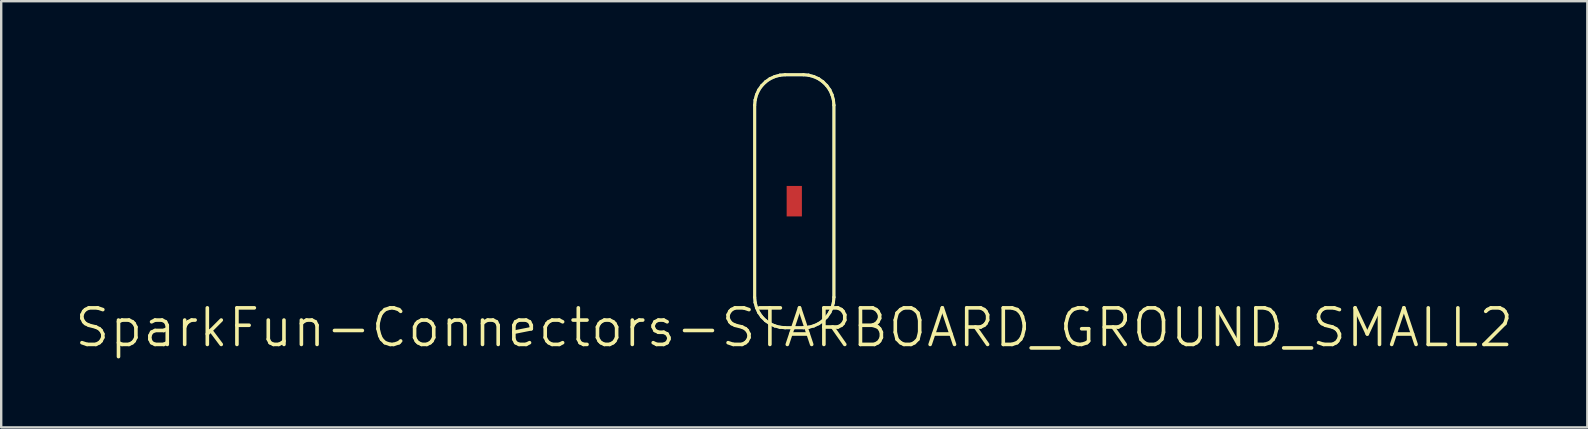
<source format=kicad_pcb>
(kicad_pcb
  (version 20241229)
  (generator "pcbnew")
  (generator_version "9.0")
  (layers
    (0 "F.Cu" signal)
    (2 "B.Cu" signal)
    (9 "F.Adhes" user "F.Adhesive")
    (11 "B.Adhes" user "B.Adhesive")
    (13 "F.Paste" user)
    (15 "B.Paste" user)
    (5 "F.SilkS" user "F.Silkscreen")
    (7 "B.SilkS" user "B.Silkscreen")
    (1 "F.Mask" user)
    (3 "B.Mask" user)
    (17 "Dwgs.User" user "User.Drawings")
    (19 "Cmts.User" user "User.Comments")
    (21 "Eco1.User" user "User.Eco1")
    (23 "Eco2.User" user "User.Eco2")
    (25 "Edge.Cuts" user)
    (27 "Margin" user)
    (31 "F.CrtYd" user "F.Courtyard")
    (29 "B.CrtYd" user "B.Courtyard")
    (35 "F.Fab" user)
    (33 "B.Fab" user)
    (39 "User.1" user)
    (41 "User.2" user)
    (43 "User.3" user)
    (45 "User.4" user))
  (footprint "SparkFun-Connectors-STARBOARD_GROUND_SMALL2"
    (layer "F.Cu")
    (at 30.045 10.604)
    (property "Reference" "SparkFun-Connectors-STARBOARD_GROUND_SMALL2" (at 0 0 0) (layer "F.SilkS") (effects (font (size 1.524 1.524) (thickness 0.15))))
    (attr smd)
    (fp_line (start -1.651 -9.271) (end -1.631 -9.489) (stroke (width 0.127) (type solid)) (layer "B.Cu"))
    (fp_line (start -1.651 -1.27) (end -1.651 -9.271) (stroke (width 0.127) (type solid)) (layer "B.Cu"))
    (fp_line (start -1.631 -9.489) (end -1.572 -9.705) (stroke (width 0.127) (type solid)) (layer "B.Cu"))
    (fp_line (start -1.631 -1.049) (end -1.651 -1.27) (stroke (width 0.127) (type solid)) (layer "B.Cu"))
    (fp_line (start -1.572 -9.705) (end -1.481 -9.906) (stroke (width 0.127) (type solid)) (layer "B.Cu"))
    (fp_line (start -1.572 -0.833) (end -1.631 -1.049) (stroke (width 0.127) (type solid)) (layer "B.Cu"))
    (fp_line (start -1.481 -9.906) (end -1.354 -10.086) (stroke (width 0.127) (type solid)) (layer "B.Cu"))
    (fp_line (start -1.481 -0.635) (end -1.572 -0.833) (stroke (width 0.127) (type solid)) (layer "B.Cu"))
    (fp_line (start -1.354 -10.086) (end -1.196 -10.244) (stroke (width 0.127) (type solid)) (layer "B.Cu"))
    (fp_line (start -1.354 -0.452) (end -1.481 -0.635) (stroke (width 0.127) (type solid)) (layer "B.Cu"))
    (fp_line (start -1.196 -10.244) (end -1.016 -10.371) (stroke (width 0.127) (type solid)) (layer "B.Cu"))
    (fp_line (start -1.196 -0.295) (end -1.354 -0.452) (stroke (width 0.127) (type solid)) (layer "B.Cu"))
    (fp_line (start -1.016 -10.371) (end -0.815 -10.462) (stroke (width 0.127) (type solid)) (layer "B.Cu"))
    (fp_line (start -1.016 -0.168) (end -1.196 -0.295) (stroke (width 0.127) (type solid)) (layer "B.Cu"))
    (fp_line (start -0.815 -10.462) (end -0.599 -10.521) (stroke (width 0.127) (type solid)) (layer "B.Cu"))
    (fp_line (start -0.815 -0.076) (end -1.016 -0.168) (stroke (width 0.127) (type solid)) (layer "B.Cu"))
    (fp_line (start -0.599 -10.521) (end -0.381 -10.541) (stroke (width 0.127) (type solid)) (layer "B.Cu"))
    (fp_line (start -0.599 -0.018) (end -0.815 -0.076) (stroke (width 0.127) (type solid)) (layer "B.Cu"))
    (fp_line (start -0.381 -10.541) (end 0.381 -10.541) (stroke (width 0.127) (type solid)) (layer "B.Cu"))
    (fp_line (start -0.381 0) (end -0.599 -0.018) (stroke (width 0.127) (type solid)) (layer "B.Cu"))
    (fp_line (start 0 0) (end -0.381 0) (stroke (width 0.127) (type solid)) (layer "B.Cu"))
    (fp_line (start 0.381 -10.541) (end 0.599 -10.521) (stroke (width 0.127) (type solid)) (layer "B.Cu"))
    (fp_line (start 0.381 0) (end 0 0) (stroke (width 0.127) (type solid)) (layer "B.Cu"))
    (fp_line (start 0.599 -10.521) (end 0.815 -10.462) (stroke (width 0.127) (type solid)) (layer "B.Cu"))
    (fp_line (start 0.599 -0.018) (end 0.381 0) (stroke (width 0.127) (type solid)) (layer "B.Cu"))
    (fp_line (start 0.815 -10.462) (end 1.016 -10.371) (stroke (width 0.127) (type solid)) (layer "B.Cu"))
    (fp_line (start 0.815 -0.076) (end 0.599 -0.018) (stroke (width 0.127) (type solid)) (layer "B.Cu"))
    (fp_line (start 1.016 -10.371) (end 1.196 -10.244) (stroke (width 0.127) (type solid)) (layer "B.Cu"))
    (fp_line (start 1.016 -0.168) (end 0.815 -0.076) (stroke (width 0.127) (type solid)) (layer "B.Cu"))
    (fp_line (start 1.196 -10.244) (end 1.354 -10.086) (stroke (width 0.127) (type solid)) (layer "B.Cu"))
    (fp_line (start 1.196 -0.295) (end 1.016 -0.168) (stroke (width 0.127) (type solid)) (layer "B.Cu"))
    (fp_line (start 1.354 -10.086) (end 1.481 -9.906) (stroke (width 0.127) (type solid)) (layer "B.Cu"))
    (fp_line (start 1.354 -0.452) (end 1.196 -0.295) (stroke (width 0.127) (type solid)) (layer "B.Cu"))
    (fp_line (start 1.481 -9.906) (end 1.572 -9.705) (stroke (width 0.127) (type solid)) (layer "B.Cu"))
    (fp_line (start 1.481 -0.635) (end 1.354 -0.452) (stroke (width 0.127) (type solid)) (layer "B.Cu"))
    (fp_line (start 1.572 -9.705) (end 1.631 -9.489) (stroke (width 0.127) (type solid)) (layer "B.Cu"))
    (fp_line (start 1.572 -0.833) (end 1.481 -0.635) (stroke (width 0.127) (type solid)) (layer "B.Cu"))
    (fp_line (start 1.631 -9.489) (end 1.651 -9.271) (stroke (width 0.127) (type solid)) (layer "B.Cu"))
    (fp_line (start 1.631 -1.049) (end 1.572 -0.833) (stroke (width 0.127) (type solid)) (layer "B.Cu"))
    (fp_line (start 1.651 -9.271) (end 1.651 -1.27) (stroke (width 0.127) (type solid)) (layer "B.Cu"))
    (fp_line (start 1.651 -1.27) (end 1.631 -1.049) (stroke (width 0.127) (type solid)) (layer "B.Cu"))
    (fp_line (start -1.651 -9.271) (end -1.631 -9.489) (stroke (width 0.127) (type solid)) (layer "F.SilkS"))
    (fp_line (start -1.651 -1.27) (end -1.651 -9.271) (stroke (width 0.127) (type solid)) (layer "F.SilkS"))
    (fp_line (start -1.631 -9.489) (end -1.572 -9.705) (stroke (width 0.127) (type solid)) (layer "F.SilkS"))
    (fp_line (start -1.631 -1.049) (end -1.651 -1.27) (stroke (width 0.127) (type solid)) (layer "F.SilkS"))
    (fp_line (start -1.572 -9.705) (end -1.481 -9.906) (stroke (width 0.127) (type solid)) (layer "F.SilkS"))
    (fp_line (start -1.572 -0.833) (end -1.631 -1.049) (stroke (width 0.127) (type solid)) (layer "F.SilkS"))
    (fp_line (start -1.481 -9.906) (end -1.354 -10.086) (stroke (width 0.127) (type solid)) (layer "F.SilkS"))
    (fp_line (start -1.481 -0.635) (end -1.572 -0.833) (stroke (width 0.127) (type solid)) (layer "F.SilkS"))
    (fp_line (start -1.354 -10.086) (end -1.196 -10.244) (stroke (width 0.127) (type solid)) (layer "F.SilkS"))
    (fp_line (start -1.354 -0.452) (end -1.481 -0.635) (stroke (width 0.127) (type solid)) (layer "F.SilkS"))
    (fp_line (start -1.196 -10.244) (end -1.016 -10.371) (stroke (width 0.127) (type solid)) (layer "F.SilkS"))
    (fp_line (start -1.196 -0.295) (end -1.354 -0.452) (stroke (width 0.127) (type solid)) (layer "F.SilkS"))
    (fp_line (start -1.016 -10.371) (end -0.815 -10.462) (stroke (width 0.127) (type solid)) (layer "F.SilkS"))
    (fp_line (start -1.016 -0.168) (end -1.196 -0.295) (stroke (width 0.127) (type solid)) (layer "F.SilkS"))
    (fp_line (start -0.815 -10.462) (end -0.599 -10.521) (stroke (width 0.127) (type solid)) (layer "F.SilkS"))
    (fp_line (start -0.815 -0.076) (end -1.016 -0.168) (stroke (width 0.127) (type solid)) (layer "F.SilkS"))
    (fp_line (start -0.599 -10.521) (end -0.381 -10.541) (stroke (width 0.127) (type solid)) (layer "F.SilkS"))
    (fp_line (start -0.599 -0.018) (end -0.815 -0.076) (stroke (width 0.127) (type solid)) (layer "F.SilkS"))
    (fp_line (start -0.381 -10.541) (end 0.381 -10.541) (stroke (width 0.127) (type solid)) (layer "F.SilkS"))
    (fp_line (start -0.381 0) (end -0.599 -0.018) (stroke (width 0.127) (type solid)) (layer "F.SilkS"))
    (fp_line (start 0 0) (end -0.381 0) (stroke (width 0.127) (type solid)) (layer "F.SilkS"))
    (fp_line (start 0.381 -10.541) (end 0.599 -10.521) (stroke (width 0.127) (type solid)) (layer "F.SilkS"))
    (fp_line (start 0.381 0) (end 0 0) (stroke (width 0.127) (type solid)) (layer "F.SilkS"))
    (fp_line (start 0.599 -10.521) (end 0.815 -10.462) (stroke (width 0.127) (type solid)) (layer "F.SilkS"))
    (fp_line (start 0.599 -0.018) (end 0.381 0) (stroke (width 0.127) (type solid)) (layer "F.SilkS"))
    (fp_line (start 0.815 -10.462) (end 1.016 -10.371) (stroke (width 0.127) (type solid)) (layer "F.SilkS"))
    (fp_line (start 0.815 -0.076) (end 0.599 -0.018) (stroke (width 0.127) (type solid)) (layer "F.SilkS"))
    (fp_line (start 1.016 -10.371) (end 1.196 -10.244) (stroke (width 0.127) (type solid)) (layer "F.SilkS"))
    (fp_line (start 1.016 -0.168) (end 0.815 -0.076) (stroke (width 0.127) (type solid)) (layer "F.SilkS"))
    (fp_line (start 1.196 -10.244) (end 1.354 -10.086) (stroke (width 0.127) (type solid)) (layer "F.SilkS"))
    (fp_line (start 1.196 -0.295) (end 1.016 -0.168) (stroke (width 0.127) (type solid)) (layer "F.SilkS"))
    (fp_line (start 1.354 -10.086) (end 1.481 -9.906) (stroke (width 0.127) (type solid)) (layer "F.SilkS"))
    (fp_line (start 1.354 -0.452) (end 1.196 -0.295) (stroke (width 0.127) (type solid)) (layer "F.SilkS"))
    (fp_line (start 1.481 -9.906) (end 1.572 -9.705) (stroke (width 0.127) (type solid)) (layer "F.SilkS"))
    (fp_line (start 1.481 -0.635) (end 1.354 -0.452) (stroke (width 0.127) (type solid)) (layer "F.SilkS"))
    (fp_line (start 1.572 -9.705) (end 1.631 -9.489) (stroke (width 0.127) (type solid)) (layer "F.SilkS"))
    (fp_line (start 1.572 -0.833) (end 1.481 -0.635) (stroke (width 0.127) (type solid)) (layer "F.SilkS"))
    (fp_line (start 1.631 -9.489) (end 1.651 -9.271) (stroke (width 0.127) (type solid)) (layer "F.SilkS"))
    (fp_line (start 1.631 -1.049) (end 1.572 -0.833) (stroke (width 0.127) (type solid)) (layer "F.SilkS"))
    (fp_line (start 1.651 -9.271) (end 1.651 -1.27) (stroke (width 0.127) (type solid)) (layer "F.SilkS"))
    (fp_line (start 1.651 -1.27) (end 1.631 -1.049) (stroke (width 0.127) (type solid)) (layer "F.SilkS"))
    (pad "GROU" smd rect (at 0 -5.271 90) (size 1.27 0.635) (layers "F.Cu" "F.Mask" "F.Paste")))
  (gr_rect
    (start -3 -3)
    (end 63.089 14.759)
    (stroke (width 0.1) (type default))
    (fill no)
    (layer "Edge.Cuts")))
</source>
